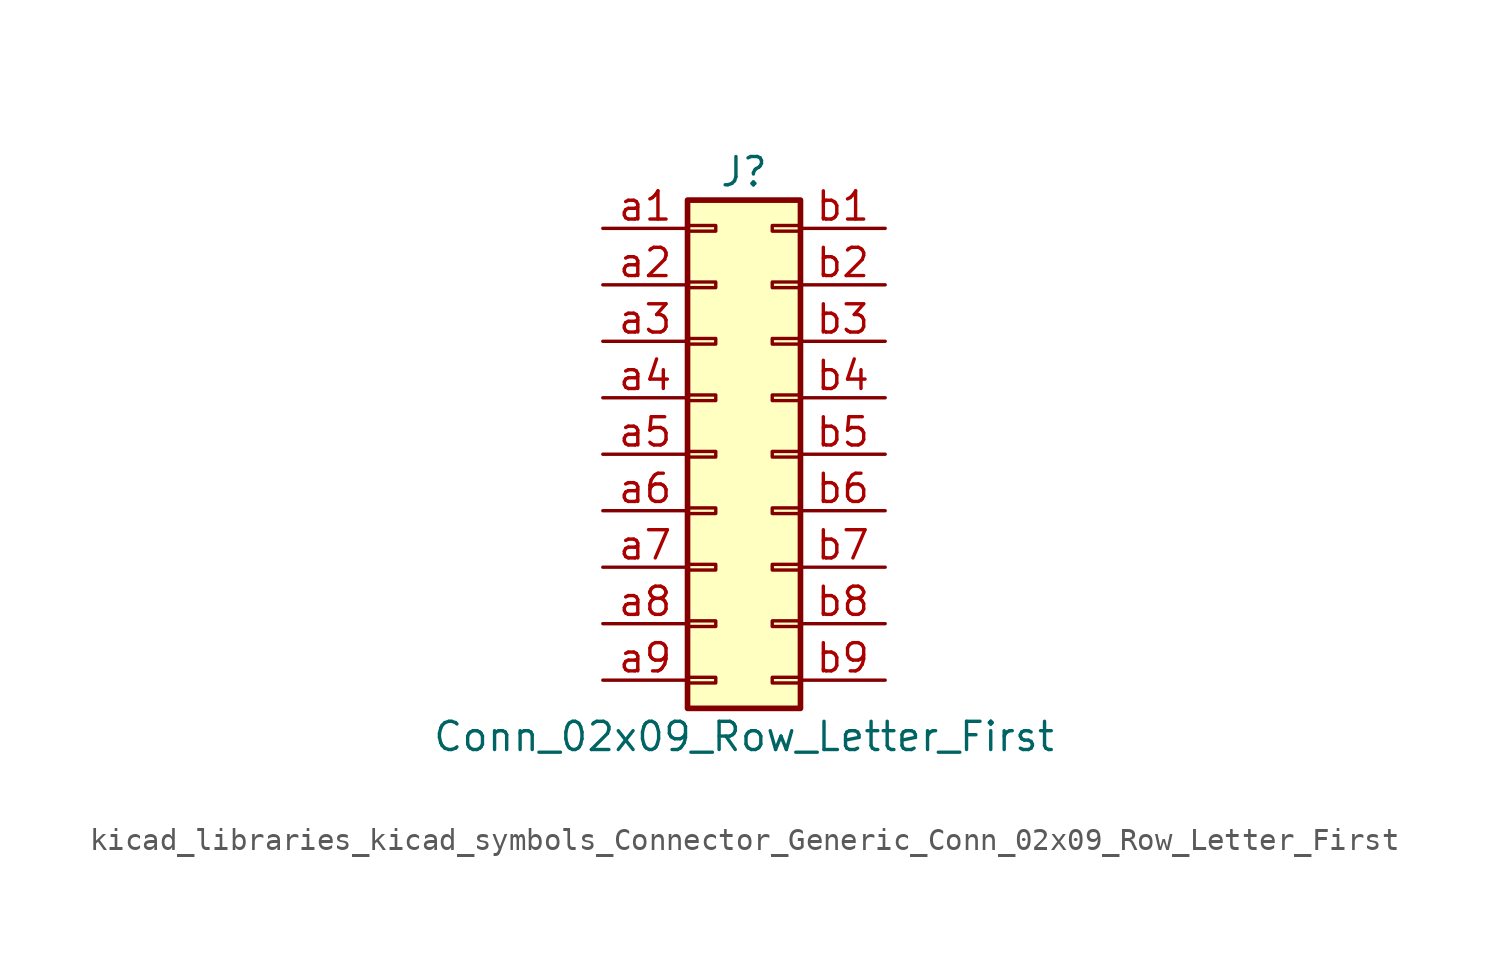
<source format=kicad_sym>
(kicad_symbol_lib
  (version 20220914)
  (generator kicad_symbol_editor)
  (symbol "kicad_libraries_kicad_symbols_Connector_Generic_Conn_02x09_Row_Letter_First"
    (pin_names
      (offset 1.016) hide)
    (property "Reference" "J"
      (at 1.27 12.7 0)
      (effects (font (size 1.27 1.27))))
    (property "Value" "Conn_02x09_Row_Letter_First"
      (at 1.27 -12.7 0)
      (effects (font (size 1.27 1.27))))
    (symbol "kicad_libraries_kicad_symbols_Connector_Generic_Conn_02x09_Row_Letter_First_1_1"
      (rectangle (start -1.27 -10.033) (end 0 -10.287) (stroke (width 0.152) (type default)) (fill (type none)))
      (rectangle (start -1.27 -7.493) (end 0 -7.747) (stroke (width 0.152) (type default)) (fill (type none)))
      (rectangle (start -1.27 -4.953) (end 0 -5.207) (stroke (width 0.152) (type default)) (fill (type none)))
      (rectangle (start -1.27 -2.413) (end 0 -2.667) (stroke (width 0.152) (type default)) (fill (type none)))
      (rectangle (start -1.27 0.127) (end 0 -0.127) (stroke (width 0.152) (type default)) (fill (type none)))
      (rectangle (start -1.27 2.667) (end 0 2.413) (stroke (width 0.152) (type default)) (fill (type none)))
      (rectangle (start -1.27 5.207) (end 0 4.953) (stroke (width 0.152) (type default)) (fill (type none)))
      (rectangle (start -1.27 7.747) (end 0 7.493) (stroke (width 0.152) (type default)) (fill (type none)))
      (rectangle (start -1.27 10.287) (end 0 10.033) (stroke (width 0.152) (type default)) (fill (type none)))
      (rectangle (start -1.27 11.43) (end 3.81 -11.43) (stroke (width 0.254) (type default)) (fill (type background)))
      (rectangle (start 3.81 -10.033) (end 2.54 -10.287) (stroke (width 0.152) (type default)) (fill (type none)))
      (rectangle (start 3.81 -7.493) (end 2.54 -7.747) (stroke (width 0.152) (type default)) (fill (type none)))
      (rectangle (start 3.81 -4.953) (end 2.54 -5.207) (stroke (width 0.152) (type default)) (fill (type none)))
      (rectangle (start 3.81 -2.413) (end 2.54 -2.667) (stroke (width 0.152) (type default)) (fill (type none)))
      (rectangle (start 3.81 0.127) (end 2.54 -0.127) (stroke (width 0.152) (type default)) (fill (type none)))
      (rectangle (start 3.81 2.667) (end 2.54 2.413) (stroke (width 0.152) (type default)) (fill (type none)))
      (rectangle (start 3.81 5.207) (end 2.54 4.953) (stroke (width 0.152) (type default)) (fill (type none)))
      (rectangle (start 3.81 7.747) (end 2.54 7.493) (stroke (width 0.152) (type default)) (fill (type none)))
      (rectangle (start 3.81 10.287) (end 2.54 10.033) (stroke (width 0.152) (type default)) (fill (type none)))
      (pin passive line (at -5.08 10.16 0) (length 3.81) (name "Pin_a1" (effects (font (size 1.27 1.27)))) (number "a1" (effects (font (size 1.27 1.27)))))
      (pin passive line (at -5.08 7.62 0) (length 3.81) (name "Pin_a2" (effects (font (size 1.27 1.27)))) (number "a2" (effects (font (size 1.27 1.27)))))
      (pin passive line (at -5.08 5.08 0) (length 3.81) (name "Pin_a3" (effects (font (size 1.27 1.27)))) (number "a3" (effects (font (size 1.27 1.27)))))
      (pin passive line (at -5.08 2.54 0) (length 3.81) (name "Pin_a4" (effects (font (size 1.27 1.27)))) (number "a4" (effects (font (size 1.27 1.27)))))
      (pin passive line (at -5.08 0 0) (length 3.81) (name "Pin_a5" (effects (font (size 1.27 1.27)))) (number "a5" (effects (font (size 1.27 1.27)))))
      (pin passive line (at -5.08 -2.54 0) (length 3.81) (name "Pin_a6" (effects (font (size 1.27 1.27)))) (number "a6" (effects (font (size 1.27 1.27)))))
      (pin passive line (at -5.08 -5.08 0) (length 3.81) (name "Pin_a7" (effects (font (size 1.27 1.27)))) (number "a7" (effects (font (size 1.27 1.27)))))
      (pin passive line (at -5.08 -7.62 0) (length 3.81) (name "Pin_a8" (effects (font (size 1.27 1.27)))) (number "a8" (effects (font (size 1.27 1.27)))))
      (pin passive line (at -5.08 -10.16 0) (length 3.81) (name "Pin_a9" (effects (font (size 1.27 1.27)))) (number "a9" (effects (font (size 1.27 1.27)))))
      (pin passive line (at 7.62 10.16 180) (length 3.81) (name "Pin_b1" (effects (font (size 1.27 1.27)))) (number "b1" (effects (font (size 1.27 1.27)))))
      (pin passive line (at 7.62 7.62 180) (length 3.81) (name "Pin_b2" (effects (font (size 1.27 1.27)))) (number "b2" (effects (font (size 1.27 1.27)))))
      (pin passive line (at 7.62 5.08 180) (length 3.81) (name "Pin_b3" (effects (font (size 1.27 1.27)))) (number "b3" (effects (font (size 1.27 1.27)))))
      (pin passive line (at 7.62 2.54 180) (length 3.81) (name "Pin_b4" (effects (font (size 1.27 1.27)))) (number "b4" (effects (font (size 1.27 1.27)))))
      (pin passive line (at 7.62 0 180) (length 3.81) (name "Pin_b5" (effects (font (size 1.27 1.27)))) (number "b5" (effects (font (size 1.27 1.27)))))
      (pin passive line (at 7.62 -2.54 180) (length 3.81) (name "Pin_b6" (effects (font (size 1.27 1.27)))) (number "b6" (effects (font (size 1.27 1.27)))))
      (pin passive line (at 7.62 -5.08 180) (length 3.81) (name "Pin_b7" (effects (font (size 1.27 1.27)))) (number "b7" (effects (font (size 1.27 1.27)))))
      (pin passive line (at 7.62 -7.62 180) (length 3.81) (name "Pin_b8" (effects (font (size 1.27 1.27)))) (number "b8" (effects (font (size 1.27 1.27)))))
      (pin passive line (at 7.62 -10.16 180) (length 3.81) (name "Pin_b9" (effects (font (size 1.27 1.27)))) (number "b9" (effects (font (size 1.27 1.27))))))))
</source>
